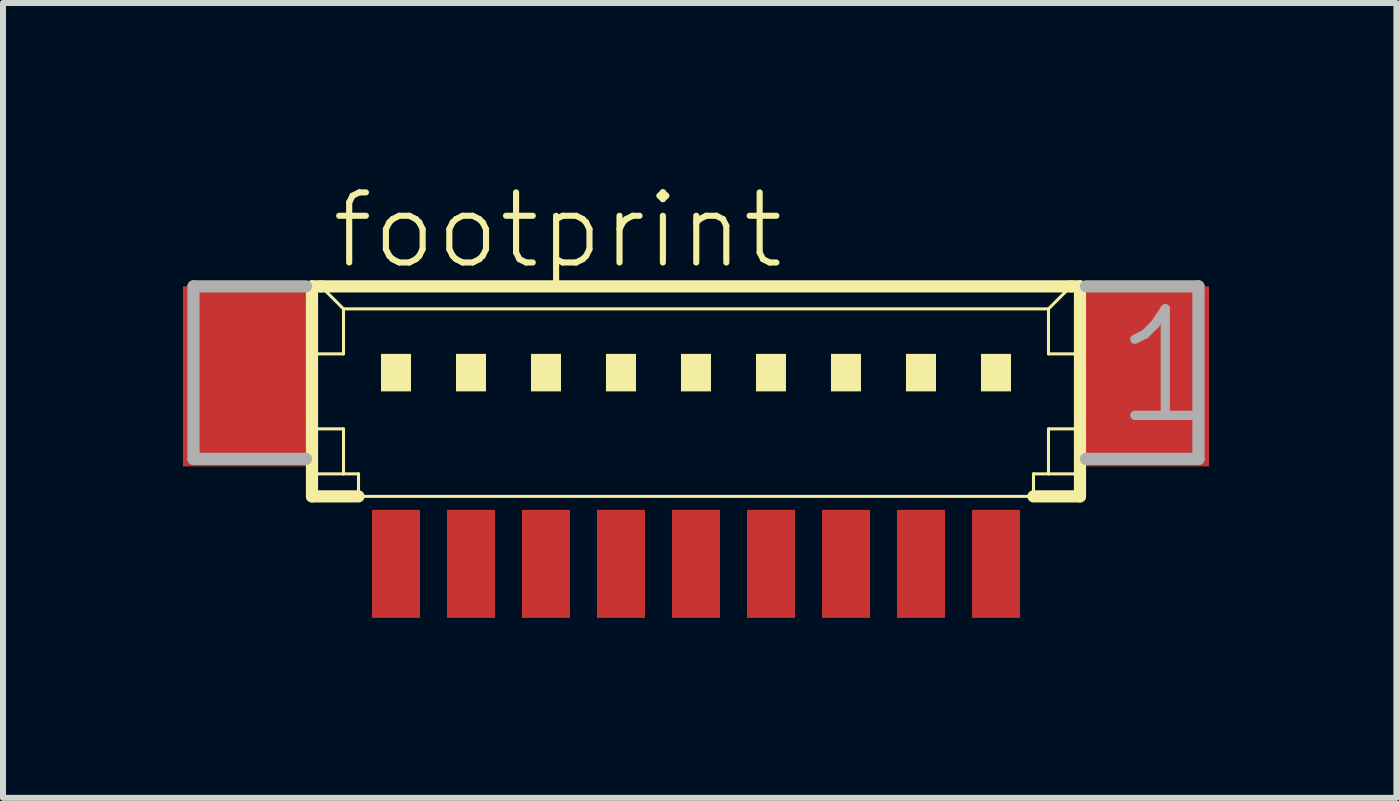
<source format=kicad_pcb>
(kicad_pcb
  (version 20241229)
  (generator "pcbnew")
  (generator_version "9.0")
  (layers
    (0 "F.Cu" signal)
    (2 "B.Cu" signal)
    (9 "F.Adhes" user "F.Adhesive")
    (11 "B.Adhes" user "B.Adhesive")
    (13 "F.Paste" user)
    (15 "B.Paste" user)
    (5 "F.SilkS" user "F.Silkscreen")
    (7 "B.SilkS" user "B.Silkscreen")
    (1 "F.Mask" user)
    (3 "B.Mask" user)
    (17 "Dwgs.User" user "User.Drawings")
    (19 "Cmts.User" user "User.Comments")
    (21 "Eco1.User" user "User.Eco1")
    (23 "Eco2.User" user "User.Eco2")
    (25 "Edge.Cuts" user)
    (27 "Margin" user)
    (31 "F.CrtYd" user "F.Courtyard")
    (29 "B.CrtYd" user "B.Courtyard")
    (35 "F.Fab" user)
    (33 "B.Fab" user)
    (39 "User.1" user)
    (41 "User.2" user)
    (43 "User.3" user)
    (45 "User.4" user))
  (footprint "footprint"
    (layer "F.Cu")
    (at 8.55 3.848)
    (property "Reference" "footprint" (at -6.125 -2.375 0) (layer "F.SilkS") (effects (font (size 1.168 1.168) (thickness 0.102)) (justify left bottom)))
    (fp_line (start -6.4 -2.125) (end -6.4 1.375) (stroke (width 0.203) (type solid)) (layer "F.SilkS"))
    (fp_line (start -6.4 1.375) (end -5.625 1.375) (stroke (width 0.203) (type solid)) (layer "F.SilkS"))
    (fp_line (start -6.375 -1) (end -5.875 -1) (stroke (width 0.051) (type solid)) (layer "F.SilkS"))
    (fp_line (start -6.375 0.25) (end -5.875 0.25) (stroke (width 0.051) (type solid)) (layer "F.SilkS"))
    (fp_line (start -6.375 1) (end -5.875 1) (stroke (width 0.051) (type solid)) (layer "F.SilkS"))
    (fp_line (start -6.25 -2.125) (end -6.4 -2.125) (stroke (width 0.203) (type solid)) (layer "F.SilkS"))
    (fp_line (start -5.875 -1.75) (end -6.25 -2.125) (stroke (width 0.051) (type solid)) (layer "F.SilkS"))
    (fp_line (start -5.875 -1.75) (end 5.875 -1.75) (stroke (width 0.051) (type solid)) (layer "F.SilkS"))
    (fp_line (start -5.875 -1) (end -5.875 -1.75) (stroke (width 0.051) (type solid)) (layer "F.SilkS"))
    (fp_line (start -5.875 0.25) (end -5.875 1) (stroke (width 0.051) (type solid)) (layer "F.SilkS"))
    (fp_line (start -5.875 1) (end -5.625 1) (stroke (width 0.051) (type solid)) (layer "F.SilkS"))
    (fp_line (start -5.625 1) (end -5.625 1.375) (stroke (width 0.051) (type solid)) (layer "F.SilkS"))
    (fp_line (start -5.625 1.375) (end 5.625 1.375) (stroke (width 0.051) (type solid)) (layer "F.SilkS"))
    (fp_line (start 5.625 1) (end 5.625 1.375) (stroke (width 0.051) (type solid)) (layer "F.SilkS"))
    (fp_line (start 5.625 1) (end 5.875 1) (stroke (width 0.051) (type solid)) (layer "F.SilkS"))
    (fp_line (start 5.625 1.375) (end 6.4 1.375) (stroke (width 0.203) (type solid)) (layer "F.SilkS"))
    (fp_line (start 5.875 -1.75) (end 5.875 -1) (stroke (width 0.051) (type solid)) (layer "F.SilkS"))
    (fp_line (start 5.875 -1.75) (end 6.25 -2.125) (stroke (width 0.051) (type solid)) (layer "F.SilkS"))
    (fp_line (start 5.875 -1) (end 6.375 -1) (stroke (width 0.051) (type solid)) (layer "F.SilkS"))
    (fp_line (start 5.875 0.25) (end 5.875 1) (stroke (width 0.051) (type solid)) (layer "F.SilkS"))
    (fp_line (start 5.875 0.25) (end 6.375 0.25) (stroke (width 0.051) (type solid)) (layer "F.SilkS"))
    (fp_line (start 5.875 1) (end 6.375 1) (stroke (width 0.051) (type solid)) (layer "F.SilkS"))
    (fp_line (start 6.25 -2.125) (end -6.25 -2.125) (stroke (width 0.203) (type solid)) (layer "F.SilkS"))
    (fp_line (start 6.4 -2.125) (end 6.25 -2.125) (stroke (width 0.203) (type solid)) (layer "F.SilkS"))
    (fp_line (start 6.4 1.375) (end 6.4 -2.125) (stroke (width 0.203) (type solid)) (layer "F.SilkS"))
    (fp_poly (pts (xy -5.25 -0.375) (xy -4.75 -0.375) (xy -4.75 -1) (xy -5.25 -1)) (stroke (width 0) (type solid)) (fill yes) (layer "F.SilkS"))
    (fp_poly (pts (xy -4 -0.375) (xy -3.5 -0.375) (xy -3.5 -1) (xy -4 -1)) (stroke (width 0) (type solid)) (fill yes) (layer "F.SilkS"))
    (fp_poly (pts (xy -2.75 -0.375) (xy -2.25 -0.375) (xy -2.25 -1) (xy -2.75 -1)) (stroke (width 0) (type solid)) (fill yes) (layer "F.SilkS"))
    (fp_poly (pts (xy -1.5 -0.375) (xy -1 -0.375) (xy -1 -1) (xy -1.5 -1)) (stroke (width 0) (type solid)) (fill yes) (layer "F.SilkS"))
    (fp_poly (pts (xy -0.25 -0.375) (xy 0.25 -0.375) (xy 0.25 -1) (xy -0.25 -1)) (stroke (width 0) (type solid)) (fill yes) (layer "F.SilkS"))
    (fp_poly (pts (xy 1 -0.375) (xy 1.5 -0.375) (xy 1.5 -1) (xy 1 -1)) (stroke (width 0) (type solid)) (fill yes) (layer "F.SilkS"))
    (fp_poly (pts (xy 2.25 -0.375) (xy 2.75 -0.375) (xy 2.75 -1) (xy 2.25 -1)) (stroke (width 0) (type solid)) (fill yes) (layer "F.SilkS"))
    (fp_poly (pts (xy 3.5 -0.375) (xy 4 -0.375) (xy 4 -1) (xy 3.5 -1)) (stroke (width 0) (type solid)) (fill yes) (layer "F.SilkS"))
    (fp_poly (pts (xy 4.75 -0.375) (xy 5.25 -0.375) (xy 5.25 -1) (xy 4.75 -1)) (stroke (width 0) (type solid)) (fill yes) (layer "F.SilkS"))
    (fp_line (start -8.375 -2.125) (end -8.375 0.75) (stroke (width 0.203) (type solid)) (layer "F.Fab"))
    (fp_line (start -8.375 0.75) (end -6.5 0.75) (stroke (width 0.203) (type solid)) (layer "F.Fab"))
    (fp_line (start -6.5 -2.125) (end -8.375 -2.125) (stroke (width 0.203) (type solid)) (layer "F.Fab"))
    (fp_line (start 6.5 0.75) (end 8.375 0.75) (stroke (width 0.203) (type solid)) (layer "F.Fab"))
    (fp_line (start 8.375 -2.125) (end 6.5 -2.125) (stroke (width 0.203) (type solid)) (layer "F.Fab"))
    (fp_line (start 8.375 0.75) (end 8.375 -2.125) (stroke (width 0.203) (type solid)) (layer "F.Fab"))
    (fp_text user "1" (at 6.875 0.25 0) (layer "F.Fab") (effects (font (size 1.776 1.776) (thickness 0.154)) (justify left bottom)))
    (pad "1" smd rect (at 5 2.5) (size 0.8 1.8) (layers "F.Cu" "F.Mask" "F.Paste"))
    (pad "2" smd rect (at 3.75 2.5) (size 0.8 1.8) (layers "F.Cu" "F.Mask" "F.Paste"))
    (pad "3" smd rect (at 2.5 2.5) (size 0.8 1.8) (layers "F.Cu" "F.Mask" "F.Paste"))
    (pad "4" smd rect (at 1.25 2.5) (size 0.8 1.8) (layers "F.Cu" "F.Mask" "F.Paste"))
    (pad "5" smd rect (at 0 2.5) (size 0.8 1.8) (layers "F.Cu" "F.Mask" "F.Paste"))
    (pad "6" smd rect (at -1.25 2.5) (size 0.8 1.8) (layers "F.Cu" "F.Mask" "F.Paste"))
    (pad "7" smd rect (at -2.5 2.5) (size 0.8 1.8) (layers "F.Cu" "F.Mask" "F.Paste"))
    (pad "8" smd rect (at -3.75 2.5) (size 0.8 1.8) (layers "F.Cu" "F.Mask" "F.Paste"))
    (pad "9" smd rect (at -5 2.5) (size 0.8 1.8) (layers "F.Cu" "F.Mask" "F.Paste"))
    (pad "S1" smd rect (at 7.5 -0.625) (size 2.1 3) (layers "F.Cu" "F.Mask" "F.Paste"))
    (pad "S2" smd rect (at -7.5 -0.625) (size 2.1 3) (layers "F.Cu" "F.Mask" "F.Paste")))
  (gr_rect
    (start -3 -3)
    (end 20.224 10.248)
    (stroke (width 0.1) (type default))
    (fill no)
    (layer "Edge.Cuts")))
</source>
